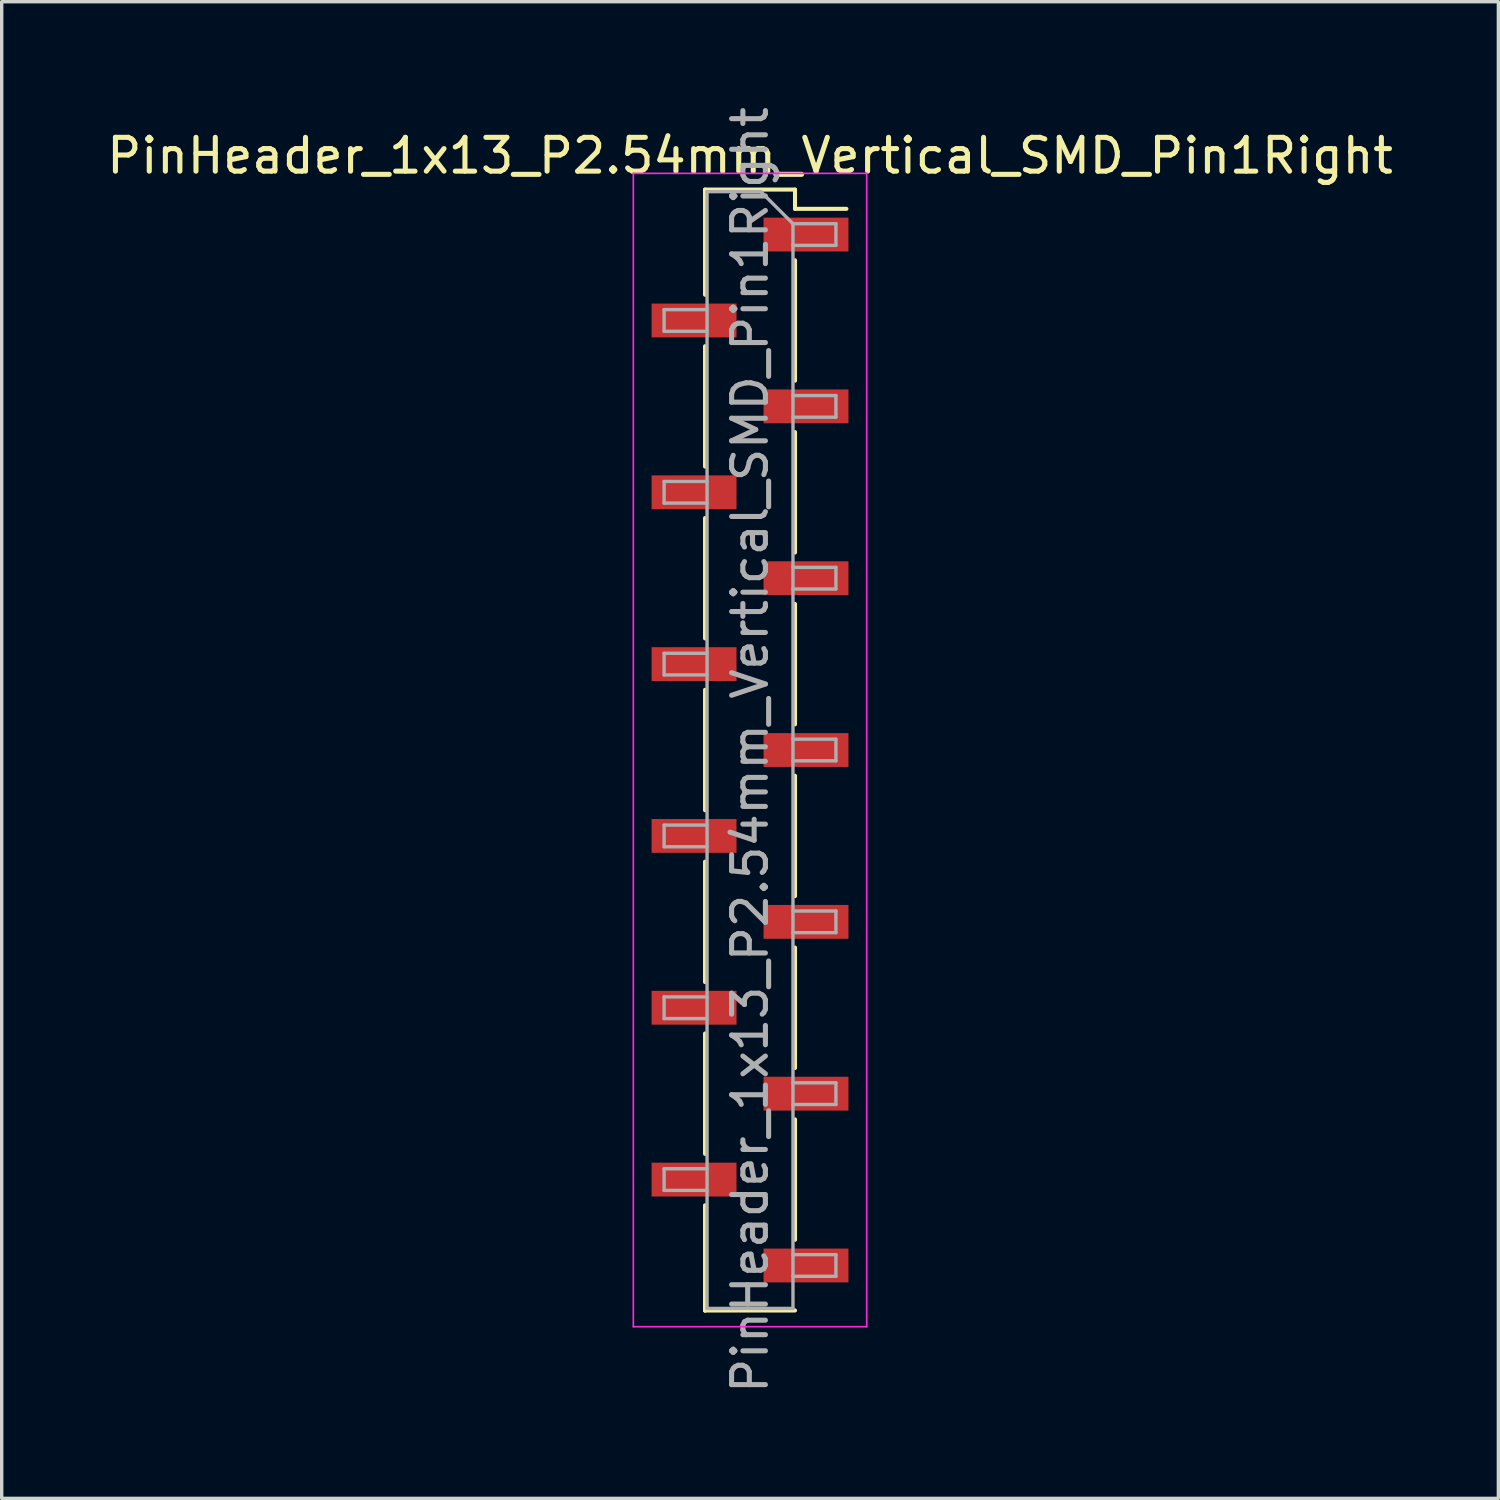
<source format=kicad_pcb>
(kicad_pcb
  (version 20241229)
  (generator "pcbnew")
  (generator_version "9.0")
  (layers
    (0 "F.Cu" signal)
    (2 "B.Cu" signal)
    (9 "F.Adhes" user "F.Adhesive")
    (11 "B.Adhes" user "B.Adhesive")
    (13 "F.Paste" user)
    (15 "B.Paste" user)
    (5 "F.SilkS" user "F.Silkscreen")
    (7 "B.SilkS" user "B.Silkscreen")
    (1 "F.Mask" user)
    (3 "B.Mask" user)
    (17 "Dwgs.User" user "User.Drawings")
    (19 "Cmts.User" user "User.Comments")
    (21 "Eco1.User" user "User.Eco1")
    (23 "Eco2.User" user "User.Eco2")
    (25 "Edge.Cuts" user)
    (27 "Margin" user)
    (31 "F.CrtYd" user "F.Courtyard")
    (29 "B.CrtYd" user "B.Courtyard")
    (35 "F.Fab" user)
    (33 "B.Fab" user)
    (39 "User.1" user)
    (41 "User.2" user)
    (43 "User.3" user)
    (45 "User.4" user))
  (footprint "PinHeader_1x13_P2.54mm_Vertical_SMD_Pin1Right"
    (layer "F.Cu")
    (at 19.125 19.125)
    (property "Reference" "PinHeader_1x13_P2.54mm_Vertical_SMD_Pin1Right" (at 0 -17.57 0) (layer "F.SilkS") (effects (font (size 1 1) (thickness 0.15))))
    (attr smd)
    (fp_line (start -1.33 -16.57) (end -1.33 -13.46) (stroke (width 0.12) (type solid)) (layer "F.SilkS"))
    (fp_line (start -1.33 -16.57) (end 1.33 -16.57) (stroke (width 0.12) (type solid)) (layer "F.SilkS"))
    (fp_line (start -1.33 -11.94) (end -1.33 -8.38) (stroke (width 0.12) (type solid)) (layer "F.SilkS"))
    (fp_line (start -1.33 -6.86) (end -1.33 -3.3) (stroke (width 0.12) (type solid)) (layer "F.SilkS"))
    (fp_line (start -1.33 -1.78) (end -1.33 1.78) (stroke (width 0.12) (type solid)) (layer "F.SilkS"))
    (fp_line (start -1.33 3.3) (end -1.33 6.86) (stroke (width 0.12) (type solid)) (layer "F.SilkS"))
    (fp_line (start -1.33 8.38) (end -1.33 11.94) (stroke (width 0.12) (type solid)) (layer "F.SilkS"))
    (fp_line (start -1.33 13.46) (end -1.33 16.57) (stroke (width 0.12) (type solid)) (layer "F.SilkS"))
    (fp_line (start -1.33 16) (end -1.33 16.57) (stroke (width 0.12) (type solid)) (layer "F.SilkS"))
    (fp_line (start -1.33 16.57) (end 1.33 16.57) (stroke (width 0.12) (type solid)) (layer "F.SilkS"))
    (fp_line (start 1.33 -16.57) (end 1.33 -16) (stroke (width 0.12) (type solid)) (layer "F.SilkS"))
    (fp_line (start 1.33 -16) (end 2.85 -16) (stroke (width 0.12) (type solid)) (layer "F.SilkS"))
    (fp_line (start 1.33 -14.48) (end 1.33 -10.92) (stroke (width 0.12) (type solid)) (layer "F.SilkS"))
    (fp_line (start 1.33 -9.4) (end 1.33 -5.84) (stroke (width 0.12) (type solid)) (layer "F.SilkS"))
    (fp_line (start 1.33 -4.32) (end 1.33 -0.76) (stroke (width 0.12) (type solid)) (layer "F.SilkS"))
    (fp_line (start 1.33 0.76) (end 1.33 4.32) (stroke (width 0.12) (type solid)) (layer "F.SilkS"))
    (fp_line (start 1.33 5.84) (end 1.33 9.4) (stroke (width 0.12) (type solid)) (layer "F.SilkS"))
    (fp_line (start 1.33 10.92) (end 1.33 14.48) (stroke (width 0.12) (type solid)) (layer "F.SilkS"))
    (fp_line (start -3.45 -17.05) (end -3.45 17.05) (stroke (width 0.05) (type solid)) (layer "F.CrtYd"))
    (fp_line (start -3.45 17.05) (end 3.45 17.05) (stroke (width 0.05) (type solid)) (layer "F.CrtYd"))
    (fp_line (start 3.45 -17.05) (end -3.45 -17.05) (stroke (width 0.05) (type solid)) (layer "F.CrtYd"))
    (fp_line (start 3.45 17.05) (end 3.45 -17.05) (stroke (width 0.05) (type solid)) (layer "F.CrtYd"))
    (fp_line (start -2.54 -13.02) (end -2.54 -12.38) (stroke (width 0.1) (type solid)) (layer "F.Fab"))
    (fp_line (start -2.54 -12.38) (end -1.27 -12.38) (stroke (width 0.1) (type solid)) (layer "F.Fab"))
    (fp_line (start -2.54 -7.94) (end -2.54 -7.3) (stroke (width 0.1) (type solid)) (layer "F.Fab"))
    (fp_line (start -2.54 -7.3) (end -1.27 -7.3) (stroke (width 0.1) (type solid)) (layer "F.Fab"))
    (fp_line (start -2.54 -2.86) (end -2.54 -2.22) (stroke (width 0.1) (type solid)) (layer "F.Fab"))
    (fp_line (start -2.54 -2.22) (end -1.27 -2.22) (stroke (width 0.1) (type solid)) (layer "F.Fab"))
    (fp_line (start -2.54 2.22) (end -2.54 2.86) (stroke (width 0.1) (type solid)) (layer "F.Fab"))
    (fp_line (start -2.54 2.86) (end -1.27 2.86) (stroke (width 0.1) (type solid)) (layer "F.Fab"))
    (fp_line (start -2.54 7.3) (end -2.54 7.94) (stroke (width 0.1) (type solid)) (layer "F.Fab"))
    (fp_line (start -2.54 7.94) (end -1.27 7.94) (stroke (width 0.1) (type solid)) (layer "F.Fab"))
    (fp_line (start -2.54 12.38) (end -2.54 13.02) (stroke (width 0.1) (type solid)) (layer "F.Fab"))
    (fp_line (start -2.54 13.02) (end -1.27 13.02) (stroke (width 0.1) (type solid)) (layer "F.Fab"))
    (fp_line (start -1.27 -16.51) (end -1.27 16.51) (stroke (width 0.1) (type solid)) (layer "F.Fab"))
    (fp_line (start -1.27 -16.51) (end 0.32 -16.51) (stroke (width 0.1) (type solid)) (layer "F.Fab"))
    (fp_line (start -1.27 -13.02) (end -2.54 -13.02) (stroke (width 0.1) (type solid)) (layer "F.Fab"))
    (fp_line (start -1.27 -7.94) (end -2.54 -7.94) (stroke (width 0.1) (type solid)) (layer "F.Fab"))
    (fp_line (start -1.27 -2.86) (end -2.54 -2.86) (stroke (width 0.1) (type solid)) (layer "F.Fab"))
    (fp_line (start -1.27 2.22) (end -2.54 2.22) (stroke (width 0.1) (type solid)) (layer "F.Fab"))
    (fp_line (start -1.27 7.3) (end -2.54 7.3) (stroke (width 0.1) (type solid)) (layer "F.Fab"))
    (fp_line (start -1.27 12.38) (end -2.54 12.38) (stroke (width 0.1) (type solid)) (layer "F.Fab"))
    (fp_line (start 1.27 -15.56) (end 0.32 -16.51) (stroke (width 0.1) (type solid)) (layer "F.Fab"))
    (fp_line (start 1.27 -15.56) (end 2.54 -15.56) (stroke (width 0.1) (type solid)) (layer "F.Fab"))
    (fp_line (start 1.27 -10.48) (end 2.54 -10.48) (stroke (width 0.1) (type solid)) (layer "F.Fab"))
    (fp_line (start 1.27 -5.4) (end 2.54 -5.4) (stroke (width 0.1) (type solid)) (layer "F.Fab"))
    (fp_line (start 1.27 -0.32) (end 2.54 -0.32) (stroke (width 0.1) (type solid)) (layer "F.Fab"))
    (fp_line (start 1.27 4.76) (end 2.54 4.76) (stroke (width 0.1) (type solid)) (layer "F.Fab"))
    (fp_line (start 1.27 9.84) (end 2.54 9.84) (stroke (width 0.1) (type solid)) (layer "F.Fab"))
    (fp_line (start 1.27 14.92) (end 2.54 14.92) (stroke (width 0.1) (type solid)) (layer "F.Fab"))
    (fp_line (start 1.27 16.51) (end -1.27 16.51) (stroke (width 0.1) (type solid)) (layer "F.Fab"))
    (fp_line (start 1.27 16.51) (end 1.27 -15.56) (stroke (width 0.1) (type solid)) (layer "F.Fab"))
    (fp_line (start 2.54 -15.56) (end 2.54 -14.92) (stroke (width 0.1) (type solid)) (layer "F.Fab"))
    (fp_line (start 2.54 -14.92) (end 1.27 -14.92) (stroke (width 0.1) (type solid)) (layer "F.Fab"))
    (fp_line (start 2.54 -10.48) (end 2.54 -9.84) (stroke (width 0.1) (type solid)) (layer "F.Fab"))
    (fp_line (start 2.54 -9.84) (end 1.27 -9.84) (stroke (width 0.1) (type solid)) (layer "F.Fab"))
    (fp_line (start 2.54 -5.4) (end 2.54 -4.76) (stroke (width 0.1) (type solid)) (layer "F.Fab"))
    (fp_line (start 2.54 -4.76) (end 1.27 -4.76) (stroke (width 0.1) (type solid)) (layer "F.Fab"))
    (fp_line (start 2.54 -0.32) (end 2.54 0.32) (stroke (width 0.1) (type solid)) (layer "F.Fab"))
    (fp_line (start 2.54 0.32) (end 1.27 0.32) (stroke (width 0.1) (type solid)) (layer "F.Fab"))
    (fp_line (start 2.54 4.76) (end 2.54 5.4) (stroke (width 0.1) (type solid)) (layer "F.Fab"))
    (fp_line (start 2.54 5.4) (end 1.27 5.4) (stroke (width 0.1) (type solid)) (layer "F.Fab"))
    (fp_line (start 2.54 9.84) (end 2.54 10.48) (stroke (width 0.1) (type solid)) (layer "F.Fab"))
    (fp_line (start 2.54 10.48) (end 1.27 10.48) (stroke (width 0.1) (type solid)) (layer "F.Fab"))
    (fp_line (start 2.54 14.92) (end 2.54 15.56) (stroke (width 0.1) (type solid)) (layer "F.Fab"))
    (fp_line (start 2.54 15.56) (end 1.27 15.56) (stroke (width 0.1) (type solid)) (layer "F.Fab"))
    (fp_text user "${REFERENCE}" (at 0 0 90) (layer "F.Fab") (effects (font (size 1 1) (thickness 0.15))))
    (pad "1" smd rect (at 1.655 -15.24) (size 2.51 1) (layers "F.Cu" "F.Mask" "F.Paste"))
    (pad "2" smd rect (at -1.655 -12.7) (size 2.51 1) (layers "F.Cu" "F.Mask" "F.Paste"))
    (pad "3" smd rect (at 1.655 -10.16) (size 2.51 1) (layers "F.Cu" "F.Mask" "F.Paste"))
    (pad "4" smd rect (at -1.655 -7.62) (size 2.51 1) (layers "F.Cu" "F.Mask" "F.Paste"))
    (pad "5" smd rect (at 1.655 -5.08) (size 2.51 1) (layers "F.Cu" "F.Mask" "F.Paste"))
    (pad "6" smd rect (at -1.655 -2.54) (size 2.51 1) (layers "F.Cu" "F.Mask" "F.Paste"))
    (pad "7" smd rect (at 1.655 0) (size 2.51 1) (layers "F.Cu" "F.Mask" "F.Paste"))
    (pad "8" smd rect (at -1.655 2.54) (size 2.51 1) (layers "F.Cu" "F.Mask" "F.Paste"))
    (pad "9" smd rect (at 1.655 5.08) (size 2.51 1) (layers "F.Cu" "F.Mask" "F.Paste"))
    (pad "10" smd rect (at -1.655 7.62) (size 2.51 1) (layers "F.Cu" "F.Mask" "F.Paste"))
    (pad "11" smd rect (at 1.655 10.16) (size 2.51 1) (layers "F.Cu" "F.Mask" "F.Paste"))
    (pad "12" smd rect (at -1.655 12.7) (size 2.51 1) (layers "F.Cu" "F.Mask" "F.Paste"))
    (pad "13" smd rect (at 1.655 15.24) (size 2.51 1) (layers "F.Cu" "F.Mask" "F.Paste")))
  (gr_rect
    (start -3 -3)
    (end 41.25 41.25)
    (stroke (width 0.1) (type default))
    (fill no)
    (layer "Edge.Cuts")))
</source>
